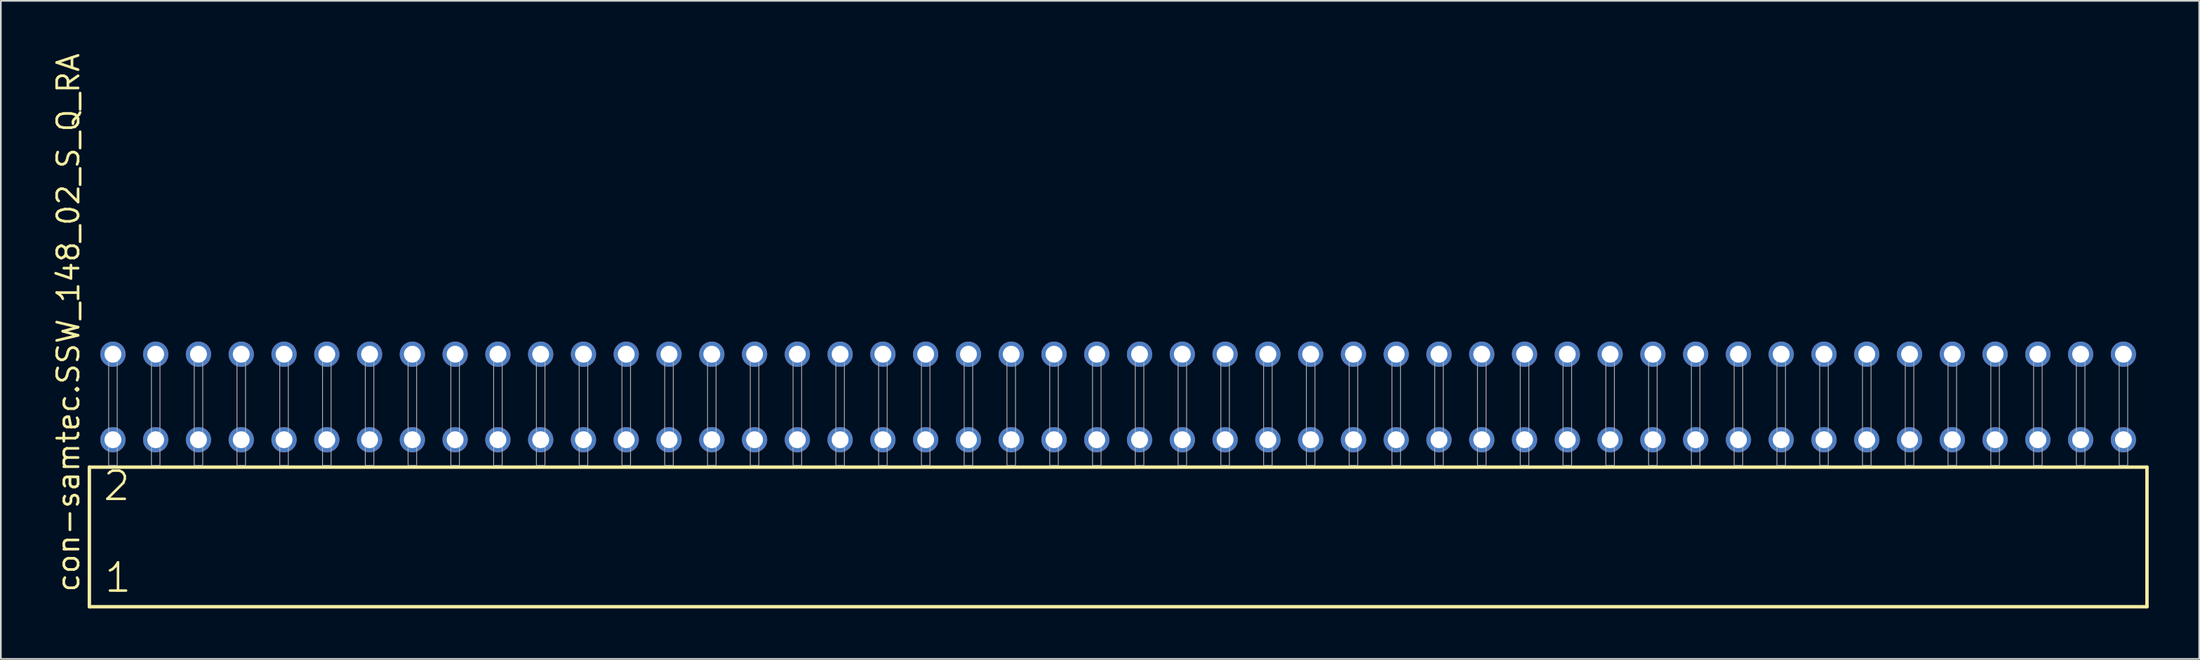
<source format=kicad_pcb>
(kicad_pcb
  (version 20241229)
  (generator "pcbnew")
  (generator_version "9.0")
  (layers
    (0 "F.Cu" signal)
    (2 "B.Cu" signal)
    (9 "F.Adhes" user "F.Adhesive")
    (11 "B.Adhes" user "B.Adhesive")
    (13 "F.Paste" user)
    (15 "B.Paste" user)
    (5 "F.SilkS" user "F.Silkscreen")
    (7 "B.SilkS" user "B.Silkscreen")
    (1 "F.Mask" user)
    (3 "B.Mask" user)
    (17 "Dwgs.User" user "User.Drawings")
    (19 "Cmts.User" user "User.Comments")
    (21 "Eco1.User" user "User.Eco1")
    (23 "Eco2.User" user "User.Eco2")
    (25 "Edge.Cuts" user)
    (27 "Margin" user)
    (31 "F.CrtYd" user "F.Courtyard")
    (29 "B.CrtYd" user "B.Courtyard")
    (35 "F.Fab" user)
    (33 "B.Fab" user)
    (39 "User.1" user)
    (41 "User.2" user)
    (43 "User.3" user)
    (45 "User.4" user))
  (footprint "con-samtec.SSW_148_02_S_Q_RA"
    (layer "F.Cu")
    (at 63.345 24.598)
    (property "Reference" "con-samtec.SSW_148_02_S_Q_RA" (at -61.595 7.62 90) (layer "F.SilkS") (effects (font (size 1.27 1.27) (thickness 0.16)) (justify left bottom)))
    (attr through_hole)
    (fp_line (start -61.089 0.106) (end -61.089 8.396) (stroke (width 0.203) (type default)) (layer "F.SilkS"))
    (fp_line (start -61.089 8.396) (end 61.089 8.396) (stroke (width 0.203) (type default)) (layer "F.SilkS"))
    (fp_line (start 61.089 0.106) (end -61.089 0.106) (stroke (width 0.203) (type default)) (layer "F.SilkS"))
    (fp_line (start 61.089 8.396) (end 61.089 0.106) (stroke (width 0.203) (type default)) (layer "F.SilkS"))
    (fp_rect (start -59.944 0) (end -59.436 -6.858) (stroke (width 0.05) (type default)) (fill no) (layer "F.Fab"))
    (fp_rect (start -57.404 0) (end -56.896 -6.858) (stroke (width 0.05) (type default)) (fill no) (layer "F.Fab"))
    (fp_rect (start -54.864 0) (end -54.356 -6.858) (stroke (width 0.05) (type default)) (fill no) (layer "F.Fab"))
    (fp_rect (start -52.324 0) (end -51.816 -6.858) (stroke (width 0.05) (type default)) (fill no) (layer "F.Fab"))
    (fp_rect (start -49.784 0) (end -49.276 -6.858) (stroke (width 0.05) (type default)) (fill no) (layer "F.Fab"))
    (fp_rect (start -47.244 0) (end -46.736 -6.858) (stroke (width 0.05) (type default)) (fill no) (layer "F.Fab"))
    (fp_rect (start -44.704 0) (end -44.196 -6.858) (stroke (width 0.05) (type default)) (fill no) (layer "F.Fab"))
    (fp_rect (start -42.164 0) (end -41.656 -6.858) (stroke (width 0.05) (type default)) (fill no) (layer "F.Fab"))
    (fp_rect (start -39.624 0) (end -39.116 -6.858) (stroke (width 0.05) (type default)) (fill no) (layer "F.Fab"))
    (fp_rect (start -37.084 0) (end -36.576 -6.858) (stroke (width 0.05) (type default)) (fill no) (layer "F.Fab"))
    (fp_rect (start -34.544 0) (end -34.036 -6.858) (stroke (width 0.05) (type default)) (fill no) (layer "F.Fab"))
    (fp_rect (start -32.004 0) (end -31.496 -6.858) (stroke (width 0.05) (type default)) (fill no) (layer "F.Fab"))
    (fp_rect (start -29.464 0) (end -28.956 -6.858) (stroke (width 0.05) (type default)) (fill no) (layer "F.Fab"))
    (fp_rect (start -26.924 0) (end -26.416 -6.858) (stroke (width 0.05) (type default)) (fill no) (layer "F.Fab"))
    (fp_rect (start -24.384 0) (end -23.876 -6.858) (stroke (width 0.05) (type default)) (fill no) (layer "F.Fab"))
    (fp_rect (start -21.844 0) (end -21.336 -6.858) (stroke (width 0.05) (type default)) (fill no) (layer "F.Fab"))
    (fp_rect (start -19.304 0) (end -18.796 -6.858) (stroke (width 0.05) (type default)) (fill no) (layer "F.Fab"))
    (fp_rect (start -16.764 0) (end -16.256 -6.858) (stroke (width 0.05) (type default)) (fill no) (layer "F.Fab"))
    (fp_rect (start -14.224 0) (end -13.716 -6.858) (stroke (width 0.05) (type default)) (fill no) (layer "F.Fab"))
    (fp_rect (start -11.684 0) (end -11.176 -6.858) (stroke (width 0.05) (type default)) (fill no) (layer "F.Fab"))
    (fp_rect (start -9.144 0) (end -8.636 -6.858) (stroke (width 0.05) (type default)) (fill no) (layer "F.Fab"))
    (fp_rect (start -6.604 0) (end -6.096 -6.858) (stroke (width 0.05) (type default)) (fill no) (layer "F.Fab"))
    (fp_rect (start -4.064 0) (end -3.556 -6.858) (stroke (width 0.05) (type default)) (fill no) (layer "F.Fab"))
    (fp_rect (start -1.524 0) (end -1.016 -6.858) (stroke (width 0.05) (type default)) (fill no) (layer "F.Fab"))
    (fp_rect (start 1.016 0) (end 1.524 -6.858) (stroke (width 0.05) (type default)) (fill no) (layer "F.Fab"))
    (fp_rect (start 3.556 0) (end 4.064 -6.858) (stroke (width 0.05) (type default)) (fill no) (layer "F.Fab"))
    (fp_rect (start 6.096 0) (end 6.604 -6.858) (stroke (width 0.05) (type default)) (fill no) (layer "F.Fab"))
    (fp_rect (start 8.636 0) (end 9.144 -6.858) (stroke (width 0.05) (type default)) (fill no) (layer "F.Fab"))
    (fp_rect (start 11.176 0) (end 11.684 -6.858) (stroke (width 0.05) (type default)) (fill no) (layer "F.Fab"))
    (fp_rect (start 13.716 0) (end 14.224 -6.858) (stroke (width 0.05) (type default)) (fill no) (layer "F.Fab"))
    (fp_rect (start 16.256 0) (end 16.764 -6.858) (stroke (width 0.05) (type default)) (fill no) (layer "F.Fab"))
    (fp_rect (start 18.796 0) (end 19.304 -6.858) (stroke (width 0.05) (type default)) (fill no) (layer "F.Fab"))
    (fp_rect (start 21.336 0) (end 21.844 -6.858) (stroke (width 0.05) (type default)) (fill no) (layer "F.Fab"))
    (fp_rect (start 23.876 0) (end 24.384 -6.858) (stroke (width 0.05) (type default)) (fill no) (layer "F.Fab"))
    (fp_rect (start 26.416 0) (end 26.924 -6.858) (stroke (width 0.05) (type default)) (fill no) (layer "F.Fab"))
    (fp_rect (start 28.956 0) (end 29.464 -6.858) (stroke (width 0.05) (type default)) (fill no) (layer "F.Fab"))
    (fp_rect (start 31.496 0) (end 32.004 -6.858) (stroke (width 0.05) (type default)) (fill no) (layer "F.Fab"))
    (fp_rect (start 34.036 0) (end 34.544 -6.858) (stroke (width 0.05) (type default)) (fill no) (layer "F.Fab"))
    (fp_rect (start 36.576 0) (end 37.084 -6.858) (stroke (width 0.05) (type default)) (fill no) (layer "F.Fab"))
    (fp_rect (start 39.116 0) (end 39.624 -6.858) (stroke (width 0.05) (type default)) (fill no) (layer "F.Fab"))
    (fp_rect (start 41.656 0) (end 42.164 -6.858) (stroke (width 0.05) (type default)) (fill no) (layer "F.Fab"))
    (fp_rect (start 44.196 0) (end 44.704 -6.858) (stroke (width 0.05) (type default)) (fill no) (layer "F.Fab"))
    (fp_rect (start 46.736 0) (end 47.244 -6.858) (stroke (width 0.05) (type default)) (fill no) (layer "F.Fab"))
    (fp_rect (start 49.276 0) (end 49.784 -6.858) (stroke (width 0.05) (type default)) (fill no) (layer "F.Fab"))
    (fp_rect (start 51.816 0) (end 52.324 -6.858) (stroke (width 0.05) (type default)) (fill no) (layer "F.Fab"))
    (fp_rect (start 54.356 0) (end 54.864 -6.858) (stroke (width 0.05) (type default)) (fill no) (layer "F.Fab"))
    (fp_rect (start 56.896 0) (end 57.404 -6.858) (stroke (width 0.05) (type default)) (fill no) (layer "F.Fab"))
    (fp_rect (start 59.436 0) (end 59.944 -6.858) (stroke (width 0.05) (type default)) (fill no) (layer "F.Fab"))
    (fp_text user "1" (at -60.285 7.65 0) (layer "F.SilkS") (effects (font (size 1.676 1.676) (thickness 0.15)) (justify left bottom)))
    (fp_text user "2" (at -60.36 2.2 0) (layer "F.SilkS") (effects (font (size 1.676 1.676) (thickness 0.15)) (justify left bottom)))
    (pad "1" thru_hole circle (at -59.69 -1.524) (size 1.5 1.5) (drill 1) (layers "*.Cu" "*.Mask"))
    (pad "2" thru_hole circle (at -59.69 -6.604) (size 1.5 1.5) (drill 1) (layers "*.Cu" "*.Mask"))
    (pad "3" thru_hole circle (at -57.15 -1.524) (size 1.5 1.5) (drill 1) (layers "*.Cu" "*.Mask"))
    (pad "4" thru_hole circle (at -57.15 -6.604) (size 1.5 1.5) (drill 1) (layers "*.Cu" "*.Mask"))
    (pad "5" thru_hole circle (at -54.61 -1.524) (size 1.5 1.5) (drill 1) (layers "*.Cu" "*.Mask"))
    (pad "6" thru_hole circle (at -54.61 -6.604) (size 1.5 1.5) (drill 1) (layers "*.Cu" "*.Mask"))
    (pad "7" thru_hole circle (at -52.07 -1.524) (size 1.5 1.5) (drill 1) (layers "*.Cu" "*.Mask"))
    (pad "8" thru_hole circle (at -52.07 -6.604) (size 1.5 1.5) (drill 1) (layers "*.Cu" "*.Mask"))
    (pad "9" thru_hole circle (at -49.53 -1.524) (size 1.5 1.5) (drill 1) (layers "*.Cu" "*.Mask"))
    (pad "10" thru_hole circle (at -49.53 -6.604) (size 1.5 1.5) (drill 1) (layers "*.Cu" "*.Mask"))
    (pad "11" thru_hole circle (at -46.99 -1.524) (size 1.5 1.5) (drill 1) (layers "*.Cu" "*.Mask"))
    (pad "12" thru_hole circle (at -46.99 -6.604) (size 1.5 1.5) (drill 1) (layers "*.Cu" "*.Mask"))
    (pad "13" thru_hole circle (at -44.45 -1.524) (size 1.5 1.5) (drill 1) (layers "*.Cu" "*.Mask"))
    (pad "14" thru_hole circle (at -44.45 -6.604) (size 1.5 1.5) (drill 1) (layers "*.Cu" "*.Mask"))
    (pad "15" thru_hole circle (at -41.91 -1.524) (size 1.5 1.5) (drill 1) (layers "*.Cu" "*.Mask"))
    (pad "16" thru_hole circle (at -41.91 -6.604) (size 1.5 1.5) (drill 1) (layers "*.Cu" "*.Mask"))
    (pad "17" thru_hole circle (at -39.37 -1.524) (size 1.5 1.5) (drill 1) (layers "*.Cu" "*.Mask"))
    (pad "18" thru_hole circle (at -39.37 -6.604) (size 1.5 1.5) (drill 1) (layers "*.Cu" "*.Mask"))
    (pad "19" thru_hole circle (at -36.83 -1.524) (size 1.5 1.5) (drill 1) (layers "*.Cu" "*.Mask"))
    (pad "20" thru_hole circle (at -36.83 -6.604) (size 1.5 1.5) (drill 1) (layers "*.Cu" "*.Mask"))
    (pad "21" thru_hole circle (at -34.29 -1.524) (size 1.5 1.5) (drill 1) (layers "*.Cu" "*.Mask"))
    (pad "22" thru_hole circle (at -34.29 -6.604) (size 1.5 1.5) (drill 1) (layers "*.Cu" "*.Mask"))
    (pad "23" thru_hole circle (at -31.75 -1.524) (size 1.5 1.5) (drill 1) (layers "*.Cu" "*.Mask"))
    (pad "24" thru_hole circle (at -31.75 -6.604) (size 1.5 1.5) (drill 1) (layers "*.Cu" "*.Mask"))
    (pad "25" thru_hole circle (at -29.21 -1.524) (size 1.5 1.5) (drill 1) (layers "*.Cu" "*.Mask"))
    (pad "26" thru_hole circle (at -29.21 -6.604) (size 1.5 1.5) (drill 1) (layers "*.Cu" "*.Mask"))
    (pad "27" thru_hole circle (at -26.67 -1.524) (size 1.5 1.5) (drill 1) (layers "*.Cu" "*.Mask"))
    (pad "28" thru_hole circle (at -26.67 -6.604) (size 1.5 1.5) (drill 1) (layers "*.Cu" "*.Mask"))
    (pad "29" thru_hole circle (at -24.13 -1.524) (size 1.5 1.5) (drill 1) (layers "*.Cu" "*.Mask"))
    (pad "30" thru_hole circle (at -24.13 -6.604) (size 1.5 1.5) (drill 1) (layers "*.Cu" "*.Mask"))
    (pad "31" thru_hole circle (at -21.59 -1.524) (size 1.5 1.5) (drill 1) (layers "*.Cu" "*.Mask"))
    (pad "32" thru_hole circle (at -21.59 -6.604) (size 1.5 1.5) (drill 1) (layers "*.Cu" "*.Mask"))
    (pad "33" thru_hole circle (at -19.05 -1.524) (size 1.5 1.5) (drill 1) (layers "*.Cu" "*.Mask"))
    (pad "34" thru_hole circle (at -19.05 -6.604) (size 1.5 1.5) (drill 1) (layers "*.Cu" "*.Mask"))
    (pad "35" thru_hole circle (at -16.51 -1.524) (size 1.5 1.5) (drill 1) (layers "*.Cu" "*.Mask"))
    (pad "36" thru_hole circle (at -16.51 -6.604) (size 1.5 1.5) (drill 1) (layers "*.Cu" "*.Mask"))
    (pad "37" thru_hole circle (at -13.97 -1.524) (size 1.5 1.5) (drill 1) (layers "*.Cu" "*.Mask"))
    (pad "38" thru_hole circle (at -13.97 -6.604) (size 1.5 1.5) (drill 1) (layers "*.Cu" "*.Mask"))
    (pad "39" thru_hole circle (at -11.43 -1.524) (size 1.5 1.5) (drill 1) (layers "*.Cu" "*.Mask"))
    (pad "40" thru_hole circle (at -11.43 -6.604) (size 1.5 1.5) (drill 1) (layers "*.Cu" "*.Mask"))
    (pad "41" thru_hole circle (at -8.89 -1.524) (size 1.5 1.5) (drill 1) (layers "*.Cu" "*.Mask"))
    (pad "42" thru_hole circle (at -8.89 -6.604) (size 1.5 1.5) (drill 1) (layers "*.Cu" "*.Mask"))
    (pad "43" thru_hole circle (at -6.35 -1.524) (size 1.5 1.5) (drill 1) (layers "*.Cu" "*.Mask"))
    (pad "44" thru_hole circle (at -6.35 -6.604) (size 1.5 1.5) (drill 1) (layers "*.Cu" "*.Mask"))
    (pad "45" thru_hole circle (at -3.81 -1.524) (size 1.5 1.5) (drill 1) (layers "*.Cu" "*.Mask"))
    (pad "46" thru_hole circle (at -3.81 -6.604) (size 1.5 1.5) (drill 1) (layers "*.Cu" "*.Mask"))
    (pad "47" thru_hole circle (at -1.27 -1.524) (size 1.5 1.5) (drill 1) (layers "*.Cu" "*.Mask"))
    (pad "48" thru_hole circle (at -1.27 -6.604) (size 1.5 1.5) (drill 1) (layers "*.Cu" "*.Mask"))
    (pad "49" thru_hole circle (at 1.27 -1.524) (size 1.5 1.5) (drill 1) (layers "*.Cu" "*.Mask"))
    (pad "50" thru_hole circle (at 1.27 -6.604) (size 1.5 1.5) (drill 1) (layers "*.Cu" "*.Mask"))
    (pad "51" thru_hole circle (at 3.81 -1.524) (size 1.5 1.5) (drill 1) (layers "*.Cu" "*.Mask"))
    (pad "52" thru_hole circle (at 3.81 -6.604) (size 1.5 1.5) (drill 1) (layers "*.Cu" "*.Mask"))
    (pad "53" thru_hole circle (at 6.35 -1.524) (size 1.5 1.5) (drill 1) (layers "*.Cu" "*.Mask"))
    (pad "54" thru_hole circle (at 6.35 -6.604) (size 1.5 1.5) (drill 1) (layers "*.Cu" "*.Mask"))
    (pad "55" thru_hole circle (at 8.89 -1.524) (size 1.5 1.5) (drill 1) (layers "*.Cu" "*.Mask"))
    (pad "56" thru_hole circle (at 8.89 -6.604) (size 1.5 1.5) (drill 1) (layers "*.Cu" "*.Mask"))
    (pad "57" thru_hole circle (at 11.43 -1.524) (size 1.5 1.5) (drill 1) (layers "*.Cu" "*.Mask"))
    (pad "58" thru_hole circle (at 11.43 -6.604) (size 1.5 1.5) (drill 1) (layers "*.Cu" "*.Mask"))
    (pad "59" thru_hole circle (at 13.97 -1.524) (size 1.5 1.5) (drill 1) (layers "*.Cu" "*.Mask"))
    (pad "60" thru_hole circle (at 13.97 -6.604) (size 1.5 1.5) (drill 1) (layers "*.Cu" "*.Mask"))
    (pad "61" thru_hole circle (at 16.51 -1.524) (size 1.5 1.5) (drill 1) (layers "*.Cu" "*.Mask"))
    (pad "62" thru_hole circle (at 16.51 -6.604) (size 1.5 1.5) (drill 1) (layers "*.Cu" "*.Mask"))
    (pad "63" thru_hole circle (at 19.05 -1.524) (size 1.5 1.5) (drill 1) (layers "*.Cu" "*.Mask"))
    (pad "64" thru_hole circle (at 19.05 -6.604) (size 1.5 1.5) (drill 1) (layers "*.Cu" "*.Mask"))
    (pad "65" thru_hole circle (at 21.59 -1.524) (size 1.5 1.5) (drill 1) (layers "*.Cu" "*.Mask"))
    (pad "66" thru_hole circle (at 21.59 -6.604) (size 1.5 1.5) (drill 1) (layers "*.Cu" "*.Mask"))
    (pad "67" thru_hole circle (at 24.13 -1.524) (size 1.5 1.5) (drill 1) (layers "*.Cu" "*.Mask"))
    (pad "68" thru_hole circle (at 24.13 -6.604) (size 1.5 1.5) (drill 1) (layers "*.Cu" "*.Mask"))
    (pad "69" thru_hole circle (at 26.67 -1.524) (size 1.5 1.5) (drill 1) (layers "*.Cu" "*.Mask"))
    (pad "70" thru_hole circle (at 26.67 -6.604) (size 1.5 1.5) (drill 1) (layers "*.Cu" "*.Mask"))
    (pad "71" thru_hole circle (at 29.21 -1.524) (size 1.5 1.5) (drill 1) (layers "*.Cu" "*.Mask"))
    (pad "72" thru_hole circle (at 29.21 -6.604) (size 1.5 1.5) (drill 1) (layers "*.Cu" "*.Mask"))
    (pad "73" thru_hole circle (at 31.75 -1.524) (size 1.5 1.5) (drill 1) (layers "*.Cu" "*.Mask"))
    (pad "74" thru_hole circle (at 31.75 -6.604) (size 1.5 1.5) (drill 1) (layers "*.Cu" "*.Mask"))
    (pad "75" thru_hole circle (at 34.29 -1.524) (size 1.5 1.5) (drill 1) (layers "*.Cu" "*.Mask"))
    (pad "76" thru_hole circle (at 34.29 -6.604) (size 1.5 1.5) (drill 1) (layers "*.Cu" "*.Mask"))
    (pad "77" thru_hole circle (at 36.83 -1.524) (size 1.5 1.5) (drill 1) (layers "*.Cu" "*.Mask"))
    (pad "78" thru_hole circle (at 36.83 -6.604) (size 1.5 1.5) (drill 1) (layers "*.Cu" "*.Mask"))
    (pad "79" thru_hole circle (at 39.37 -1.524) (size 1.5 1.5) (drill 1) (layers "*.Cu" "*.Mask"))
    (pad "80" thru_hole circle (at 39.37 -6.604) (size 1.5 1.5) (drill 1) (layers "*.Cu" "*.Mask"))
    (pad "81" thru_hole circle (at 41.91 -1.524) (size 1.5 1.5) (drill 1) (layers "*.Cu" "*.Mask"))
    (pad "82" thru_hole circle (at 41.91 -6.604) (size 1.5 1.5) (drill 1) (layers "*.Cu" "*.Mask"))
    (pad "83" thru_hole circle (at 44.45 -1.524) (size 1.5 1.5) (drill 1) (layers "*.Cu" "*.Mask"))
    (pad "84" thru_hole circle (at 44.45 -6.604) (size 1.5 1.5) (drill 1) (layers "*.Cu" "*.Mask"))
    (pad "85" thru_hole circle (at 46.99 -1.524) (size 1.5 1.5) (drill 1) (layers "*.Cu" "*.Mask"))
    (pad "86" thru_hole circle (at 46.99 -6.604) (size 1.5 1.5) (drill 1) (layers "*.Cu" "*.Mask"))
    (pad "87" thru_hole circle (at 49.53 -1.524) (size 1.5 1.5) (drill 1) (layers "*.Cu" "*.Mask"))
    (pad "88" thru_hole circle (at 49.53 -6.604) (size 1.5 1.5) (drill 1) (layers "*.Cu" "*.Mask"))
    (pad "89" thru_hole circle (at 52.07 -1.524) (size 1.5 1.5) (drill 1) (layers "*.Cu" "*.Mask"))
    (pad "90" thru_hole circle (at 52.07 -6.604) (size 1.5 1.5) (drill 1) (layers "*.Cu" "*.Mask"))
    (pad "91" thru_hole circle (at 54.61 -1.524) (size 1.5 1.5) (drill 1) (layers "*.Cu" "*.Mask"))
    (pad "92" thru_hole circle (at 54.61 -6.604) (size 1.5 1.5) (drill 1) (layers "*.Cu" "*.Mask"))
    (pad "93" thru_hole circle (at 57.15 -1.524) (size 1.5 1.5) (drill 1) (layers "*.Cu" "*.Mask"))
    (pad "94" thru_hole circle (at 57.15 -6.604) (size 1.5 1.5) (drill 1) (layers "*.Cu" "*.Mask"))
    (pad "95" thru_hole circle (at 59.69 -1.524) (size 1.5 1.5) (drill 1) (layers "*.Cu" "*.Mask"))
    (pad "96" thru_hole circle (at 59.69 -6.604) (size 1.5 1.5) (drill 1) (layers "*.Cu" "*.Mask")))
  (gr_rect
    (start -3 -3)
    (end 127.536 36.096)
    (stroke (width 0.1) (type default))
    (fill no)
    (layer "Edge.Cuts")))
</source>
